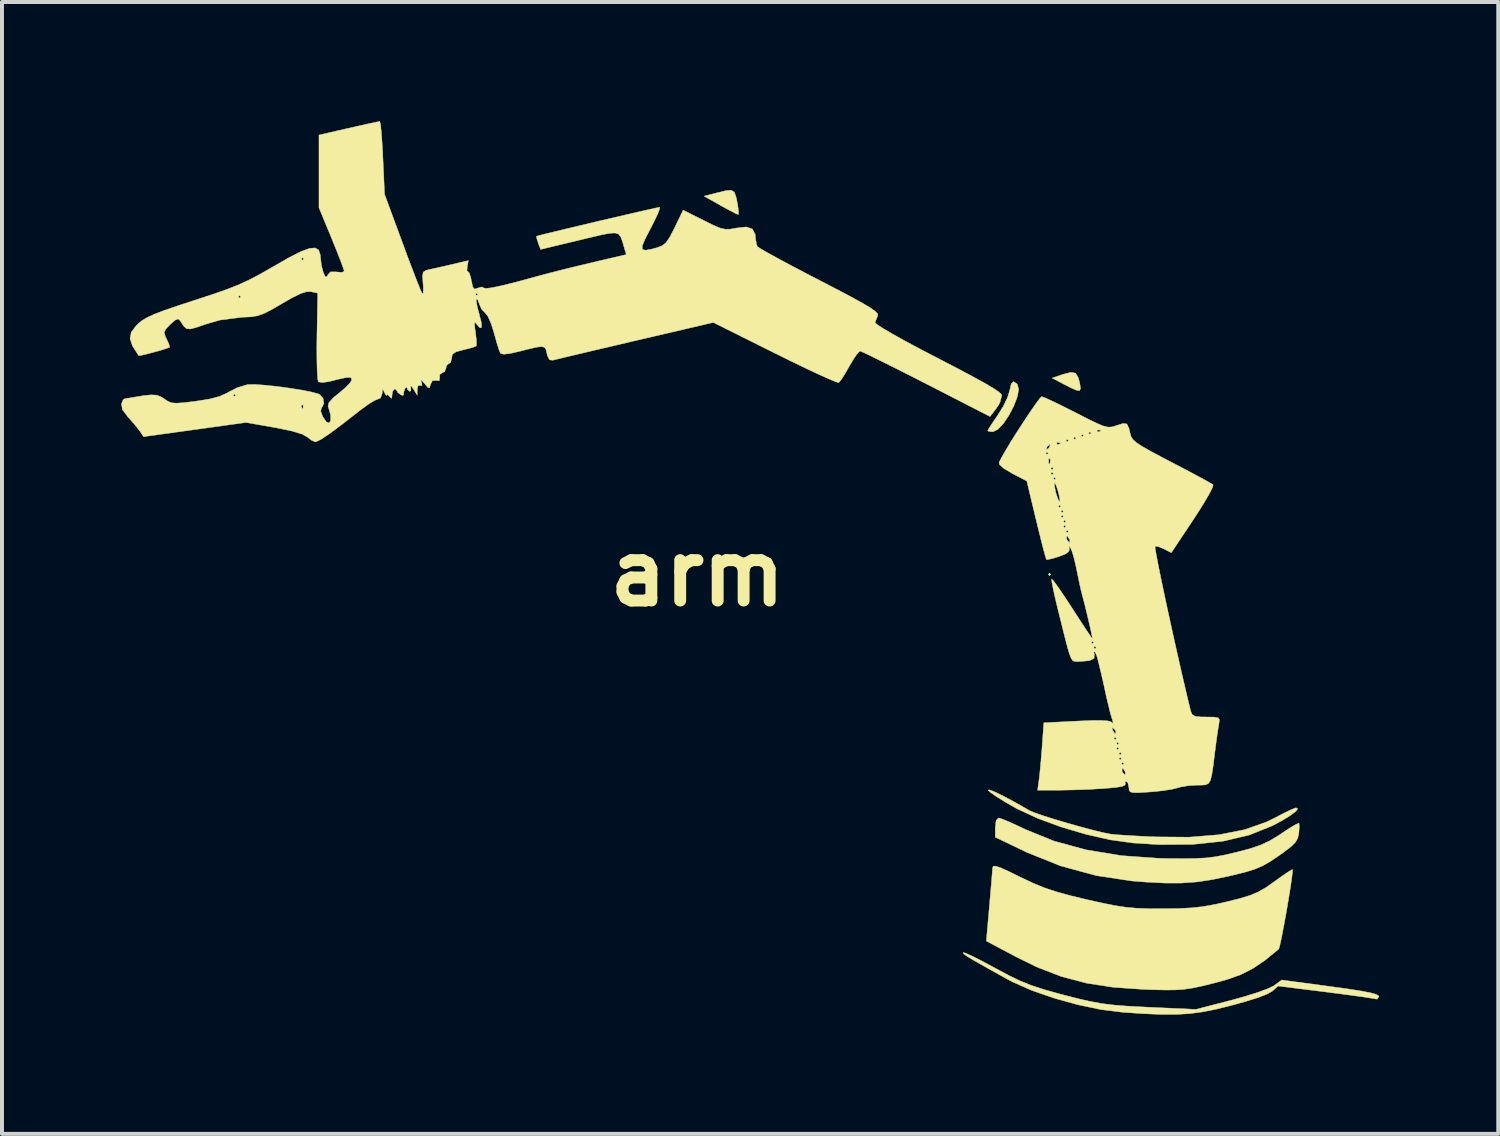
<source format=kicad_pcb>
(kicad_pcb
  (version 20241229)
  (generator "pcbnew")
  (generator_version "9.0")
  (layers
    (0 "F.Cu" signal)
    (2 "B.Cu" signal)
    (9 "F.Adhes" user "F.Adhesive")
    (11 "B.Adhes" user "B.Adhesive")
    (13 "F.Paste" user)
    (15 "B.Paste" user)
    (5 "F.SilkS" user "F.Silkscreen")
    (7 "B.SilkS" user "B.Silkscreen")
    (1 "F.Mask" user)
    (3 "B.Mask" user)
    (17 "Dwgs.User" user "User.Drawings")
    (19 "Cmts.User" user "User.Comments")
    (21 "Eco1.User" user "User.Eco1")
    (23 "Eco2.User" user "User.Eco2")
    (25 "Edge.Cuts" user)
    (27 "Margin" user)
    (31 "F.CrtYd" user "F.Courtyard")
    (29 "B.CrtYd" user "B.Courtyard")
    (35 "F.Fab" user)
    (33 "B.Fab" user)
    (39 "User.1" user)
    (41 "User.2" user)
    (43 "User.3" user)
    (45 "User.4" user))
  (footprint "arm"
    (layer "F.Cu")
    (at 14.501 11.372)
    (property "Reference" "arm" (at 0 0 0) (layer "F.SilkS") (effects (font (size 1.524 1.524) (thickness 0.3))))
    (attr through_hole)
    (fp_poly (pts (xy 8.89 0.032) (xy 8.858 0.064) (xy 8.826 0.032) (xy 8.858 0) (xy 8.89 0.032)) (stroke (width 0.01) (type solid)) (fill yes) (layer "F.SilkS"))
    (fp_poly (pts (xy 9.514 -5.032) (xy 9.583 -4.918) (xy 9.619 -4.778) (xy 9.639 -4.652) (xy 9.618 -4.593) (xy 9.537 -4.601) (xy 9.376 -4.673) (xy 9.239 -4.744) (xy 8.922 -4.909) (xy 9.197 -5.002) (xy 9.396 -5.054) (xy 9.514 -5.032)) (stroke (width 0.01) (type solid)) (fill yes) (layer "F.SilkS"))
    (fp_poly (pts (xy 0.927 -9.587) (xy 0.971 -9.465) (xy 0.998 -9.335) (xy 1.027 -9.156) (xy 1.033 -9.043) (xy 1.023 -9.021) (xy 0.952 -9.053) (xy 0.803 -9.131) (xy 0.603 -9.24) (xy 0.575 -9.256) (xy 0.165 -9.487) (xy 0.48 -9.568) (xy 0.711 -9.624) (xy 0.85 -9.635) (xy 0.927 -9.587)) (stroke (width 0.01) (type solid)) (fill yes) (layer "F.SilkS"))
    (fp_poly (pts (xy 8.034 -4.767) (xy 8.052 -4.746) (xy 8.082 -4.621) (xy 8.045 -4.429) (xy 7.958 -4.203) (xy 7.838 -3.972) (xy 7.699 -3.766) (xy 7.559 -3.618) (xy 7.433 -3.556) (xy 7.426 -3.556) (xy 7.325 -3.568) (xy 7.303 -3.585) (xy 7.336 -3.647) (xy 7.425 -3.784) (xy 7.55 -3.967) (xy 7.558 -3.978) (xy 7.696 -4.202) (xy 7.803 -4.426) (xy 7.852 -4.584) (xy 7.894 -4.762) (xy 7.952 -4.82) (xy 8.034 -4.767)) (stroke (width 0.01) (type solid)) (fill yes) (layer "F.SilkS"))
    (fp_poly (pts (xy 7.484 5.505) (xy 7.697 5.609) (xy 7.976 5.759) (xy 8.307 5.947) (xy 8.35 5.973) (xy 8.474 6.026) (xy 8.693 6.102) (xy 8.978 6.192) (xy 9.301 6.288) (xy 9.634 6.382) (xy 9.949 6.466) (xy 10.217 6.531) (xy 10.394 6.566) (xy 10.52 6.579) (xy 10.745 6.595) (xy 11.041 6.613) (xy 11.381 6.63) (xy 11.525 6.636) (xy 12.375 6.643) (xy 13.122 6.582) (xy 13.77 6.454) (xy 14.325 6.258) (xy 14.516 6.164) (xy 14.742 6.046) (xy 14.927 5.957) (xy 15.043 5.909) (xy 15.062 5.905) (xy 15.104 5.932) (xy 15.046 6.003) (xy 14.901 6.109) (xy 14.685 6.24) (xy 14.453 6.362) (xy 13.88 6.591) (xy 13.22 6.746) (xy 12.468 6.825) (xy 11.619 6.831) (xy 10.954 6.79) (xy 10.39 6.711) (xy 9.775 6.572) (xy 9.149 6.387) (xy 8.558 6.169) (xy 8.044 5.93) (xy 7.972 5.891) (xy 7.717 5.744) (xy 7.507 5.612) (xy 7.364 5.512) (xy 7.313 5.461) (xy 7.351 5.453) (xy 7.484 5.505)) (stroke (width 0.01) (type solid)) (fill yes) (layer "F.SilkS"))
    (fp_poly (pts (xy 7.666 6.186) (xy 7.841 6.258) (xy 8.073 6.364) (xy 8.26 6.453) (xy 8.974 6.743) (xy 9.78 6.962) (xy 10.666 7.108) (xy 11.615 7.176) (xy 11.811 7.18) (xy 12.221 7.183) (xy 12.538 7.179) (xy 12.794 7.165) (xy 13.023 7.137) (xy 13.259 7.093) (xy 13.534 7.029) (xy 13.554 7.024) (xy 13.905 6.932) (xy 14.172 6.841) (xy 14.399 6.735) (xy 14.627 6.596) (xy 14.68 6.56) (xy 14.881 6.427) (xy 15.038 6.333) (xy 15.126 6.291) (xy 15.135 6.291) (xy 15.143 6.366) (xy 15.134 6.515) (xy 15.13 6.549) (xy 15.104 6.669) (xy 15.046 6.772) (xy 14.935 6.882) (xy 14.749 7.024) (xy 14.625 7.112) (xy 14.411 7.256) (xy 14.225 7.362) (xy 14.034 7.445) (xy 13.801 7.518) (xy 13.491 7.596) (xy 13.357 7.627) (xy 12.94 7.714) (xy 12.557 7.771) (xy 12.174 7.798) (xy 11.756 7.798) (xy 11.268 7.773) (xy 10.922 7.745) (xy 10.03 7.61) (xy 9.137 7.367) (xy 8.285 7.025) (xy 8.239 7.003) (xy 7.493 6.644) (xy 7.493 6.402) (xy 7.514 6.223) (xy 7.574 6.16) (xy 7.577 6.16) (xy 7.666 6.186)) (stroke (width 0.01) (type solid)) (fill yes) (layer "F.SilkS"))
    (fp_poly (pts (xy 7.63 7.414) (xy 7.832 7.505) (xy 8.112 7.643) (xy 8.425 7.792) (xy 8.715 7.912) (xy 9.019 8.014) (xy 9.374 8.112) (xy 9.8 8.215) (xy 10.204 8.305) (xy 10.523 8.368) (xy 10.796 8.409) (xy 11.062 8.432) (xy 11.36 8.442) (xy 11.705 8.443) (xy 12.115 8.438) (xy 12.443 8.421) (xy 12.734 8.388) (xy 13.031 8.334) (xy 13.336 8.265) (xy 13.67 8.18) (xy 13.917 8.104) (xy 14.115 8.019) (xy 14.302 7.911) (xy 14.51 7.765) (xy 14.711 7.621) (xy 14.869 7.514) (xy 14.959 7.46) (xy 14.971 7.457) (xy 14.971 7.526) (xy 14.951 7.694) (xy 14.915 7.934) (xy 14.869 8.22) (xy 14.817 8.527) (xy 14.762 8.828) (xy 14.711 9.097) (xy 14.667 9.309) (xy 14.635 9.436) (xy 14.624 9.461) (xy 14.28 9.742) (xy 13.976 9.948) (xy 13.671 10.103) (xy 13.323 10.227) (xy 12.986 10.318) (xy 12.686 10.392) (xy 12.448 10.442) (xy 12.235 10.473) (xy 12.014 10.488) (xy 11.75 10.489) (xy 11.407 10.481) (xy 11.239 10.475) (xy 10.471 10.422) (xy 9.787 10.317) (xy 9.153 10.149) (xy 8.534 9.91) (xy 8 9.647) (xy 7.268 9.257) (xy 7.344 8.391) (xy 7.372 8.064) (xy 7.397 7.777) (xy 7.415 7.555) (xy 7.424 7.427) (xy 7.425 7.413) (xy 7.443 7.374) (xy 7.506 7.372) (xy 7.63 7.414)) (stroke (width 0.01) (type solid)) (fill yes) (layer "F.SilkS"))
    (fp_poly (pts (xy 6.752 9.564) (xy 6.906 9.634) (xy 7.128 9.745) (xy 7.399 9.889) (xy 7.496 9.942) (xy 7.836 10.124) (xy 8.126 10.263) (xy 8.405 10.375) (xy 8.717 10.477) (xy 9.099 10.584) (xy 9.232 10.619) (xy 9.597 10.712) (xy 9.899 10.78) (xy 10.173 10.83) (xy 10.454 10.865) (xy 10.778 10.892) (xy 11.18 10.914) (xy 11.367 10.923) (xy 12.541 10.977) (xy 13.43 10.747) (xy 13.779 10.65) (xy 14.091 10.552) (xy 14.337 10.462) (xy 14.493 10.389) (xy 14.51 10.377) (xy 14.7 10.238) (xy 15.923 10.401) (xy 16.366 10.462) (xy 16.696 10.514) (xy 16.926 10.557) (xy 17.068 10.596) (xy 17.135 10.633) (xy 17.145 10.655) (xy 17.103 10.719) (xy 17.066 10.715) (xy 16.98 10.699) (xy 16.789 10.669) (xy 16.515 10.631) (xy 16.179 10.586) (xy 15.801 10.538) (xy 15.797 10.537) (xy 14.608 10.389) (xy 14.464 10.518) (xy 14.336 10.591) (xy 14.1 10.682) (xy 13.773 10.784) (xy 13.424 10.88) (xy 13.043 10.974) (xy 12.706 11.041) (xy 12.383 11.084) (xy 12.046 11.104) (xy 11.667 11.104) (xy 11.218 11.085) (xy 10.7 11.05) (xy 10.161 10.983) (xy 9.574 10.861) (xy 8.979 10.696) (xy 8.416 10.501) (xy 7.926 10.285) (xy 7.793 10.215) (xy 7.408 10.001) (xy 7.121 9.839) (xy 6.919 9.723) (xy 6.787 9.644) (xy 6.714 9.593) (xy 6.686 9.563) (xy 6.689 9.546) (xy 6.752 9.564)) (stroke (width 0.01) (type solid)) (fill yes) (layer "F.SilkS"))
    (fp_poly (pts (xy 8.741 -4.414) (xy 8.91 -4.337) (xy 9.146 -4.223) (xy 9.428 -4.082) (xy 9.518 -4.036) (xy 9.831 -3.876) (xy 10.055 -3.768) (xy 10.211 -3.703) (xy 10.323 -3.675) (xy 10.414 -3.678) (xy 10.507 -3.703) (xy 10.549 -3.717) (xy 10.714 -3.768) (xy 10.803 -3.754) (xy 10.854 -3.653) (xy 10.887 -3.512) (xy 10.911 -3.434) (xy 10.957 -3.363) (xy 11.042 -3.286) (xy 11.181 -3.194) (xy 11.391 -3.074) (xy 11.689 -2.915) (xy 11.926 -2.791) (xy 12.252 -2.621) (xy 12.54 -2.468) (xy 12.769 -2.344) (xy 12.921 -2.258) (xy 12.975 -2.224) (xy 12.96 -2.157) (xy 12.883 -2.004) (xy 12.756 -1.785) (xy 12.589 -1.518) (xy 12.475 -1.344) (xy 11.922 -0.513) (xy 11.733 -0.611) (xy 11.597 -0.668) (xy 11.516 -0.678) (xy 11.513 -0.676) (xy 11.518 -0.608) (xy 11.549 -0.434) (xy 11.6 -0.17) (xy 11.669 0.168) (xy 11.752 0.562) (xy 11.845 0.995) (xy 11.945 1.452) (xy 12.048 1.914) (xy 12.15 2.366) (xy 12.248 2.79) (xy 12.337 3.17) (xy 12.411 3.471) (xy 12.446 3.557) (xy 12.518 3.601) (xy 12.661 3.618) (xy 12.802 3.619) (xy 13.002 3.622) (xy 13.103 3.641) (xy 13.134 3.69) (xy 13.121 3.786) (xy 13.12 3.794) (xy 13.096 3.938) (xy 13.063 4.165) (xy 13.028 4.433) (xy 13.018 4.508) (xy 12.977 4.844) (xy 12.942 5.074) (xy 12.905 5.218) (xy 12.853 5.296) (xy 12.776 5.328) (xy 12.664 5.334) (xy 12.576 5.334) (xy 12.349 5.348) (xy 12.145 5.383) (xy 12.086 5.402) (xy 11.938 5.438) (xy 11.709 5.474) (xy 11.441 5.502) (xy 11.383 5.506) (xy 11.126 5.523) (xy 10.971 5.524) (xy 10.891 5.505) (xy 10.862 5.463) (xy 10.858 5.411) (xy 10.832 5.285) (xy 10.796 5.239) (xy 10.759 5.249) (xy 10.767 5.289) (xy 10.758 5.334) (xy 10.68 5.368) (xy 10.513 5.394) (xy 10.238 5.418) (xy 10.217 5.42) (xy 9.868 5.44) (xy 9.483 5.454) (xy 9.139 5.461) (xy 9.095 5.461) (xy 8.558 5.461) (xy 8.595 5.191) (xy 8.616 5.002) (xy 8.618 4.987) (xy 10.684 4.987) (xy 10.697 5.012) (xy 10.758 5.078) (xy 10.769 5.032) (xy 10.753 4.982) (xy 10.707 4.913) (xy 10.686 4.914) (xy 10.684 4.987) (xy 8.618 4.987) (xy 8.636 4.794) (xy 10.668 4.794) (xy 10.7 4.826) (xy 10.732 4.794) (xy 10.7 4.763) (xy 10.668 4.794) (xy 8.636 4.794) (xy 8.642 4.734) (xy 8.647 4.667) (xy 10.604 4.667) (xy 10.636 4.699) (xy 10.668 4.667) (xy 10.636 4.636) (xy 10.604 4.667) (xy 8.647 4.667) (xy 8.657 4.54) (xy 10.604 4.54) (xy 10.636 4.572) (xy 10.668 4.54) (xy 10.636 4.508) (xy 10.604 4.54) (xy 8.657 4.54) (xy 8.666 4.437) (xy 8.668 4.413) (xy 10.541 4.413) (xy 10.573 4.445) (xy 10.604 4.413) (xy 10.573 4.381) (xy 10.541 4.413) (xy 8.668 4.413) (xy 8.673 4.343) (xy 8.677 4.286) (xy 10.541 4.286) (xy 10.573 4.318) (xy 10.604 4.286) (xy 10.573 4.255) (xy 10.541 4.286) (xy 8.677 4.286) (xy 8.686 4.159) (xy 10.477 4.159) (xy 10.509 4.191) (xy 10.541 4.159) (xy 10.509 4.128) (xy 10.477 4.159) (xy 8.686 4.159) (xy 8.706 3.88) (xy 10.432 3.88) (xy 10.445 3.944) (xy 10.45 3.956) (xy 10.5 4.033) (xy 10.529 4.034) (xy 10.522 3.967) (xy 10.485 3.92) (xy 10.432 3.88) (xy 8.706 3.88) (xy 8.714 3.765) (xy 9.544 3.723) (xy 9.907 3.708) (xy 10.161 3.706) (xy 10.323 3.717) (xy 10.41 3.743) (xy 10.432 3.762) (xy 10.464 3.788) (xy 10.446 3.715) (xy 10.397 3.552) (xy 10.377 3.477) (xy 10.34 3.322) (xy 10.315 3.223) (xy 10.274 3.041) (xy 10.248 2.921) (xy 10.212 2.753) (xy 10.163 2.545) (xy 10.155 2.508) (xy 10.108 2.315) (xy 10.07 2.158) (xy 10.065 2.135) (xy 10.021 2.015) (xy 9.993 1.976) (xy 9.973 1.989) (xy 9.987 2.043) (xy 9.98 2.143) (xy 9.864 2.202) (xy 9.634 2.222) (xy 9.618 2.223) (xy 9.544 2.225) (xy 9.488 2.222) (xy 9.442 2.199) (xy 9.401 2.14) (xy 9.358 2.029) (xy 9.312 1.873) (xy 9.97 1.873) (xy 10.001 1.905) (xy 10.033 1.873) (xy 10.001 1.841) (xy 9.97 1.873) (xy 9.312 1.873) (xy 9.306 1.851) (xy 9.279 1.746) (xy 9.906 1.746) (xy 9.938 1.778) (xy 9.97 1.746) (xy 9.938 1.714) (xy 9.906 1.746) (xy 9.279 1.746) (xy 9.238 1.591) (xy 9.149 1.233) (xy 9.081 0.961) (xy 9.009 0.663) (xy 8.953 0.413) (xy 8.919 0.234) (xy 8.91 0.151) (xy 8.911 0.148) (xy 8.953 0.188) (xy 9.05 0.318) (xy 9.189 0.519) (xy 9.357 0.773) (xy 9.43 0.886) (xy 9.606 1.158) (xy 9.757 1.388) (xy 9.869 1.556) (xy 9.93 1.643) (xy 9.938 1.651) (xy 9.93 1.595) (xy 9.899 1.447) (xy 9.852 1.24) (xy 9.796 1.005) (xy 9.74 0.774) (xy 9.689 0.58) (xy 9.683 0.556) (xy 9.656 0.453) (xy 9.625 0.318) (xy 9.583 0.119) (xy 9.523 -0.172) (xy 9.519 -0.191) (xy 9.469 -0.402) (xy 9.416 -0.571) (xy 9.386 -0.635) (xy 9.343 -0.693) (xy 9.354 -0.637) (xy 9.358 -0.624) (xy 9.347 -0.546) (xy 9.248 -0.476) (xy 9.098 -0.418) (xy 8.923 -0.365) (xy 8.805 -0.341) (xy 8.779 -0.343) (xy 8.757 -0.411) (xy 8.71 -0.58) (xy 8.646 -0.83) (xy 8.64 -0.855) (xy 9.287 -0.855) (xy 9.3 -0.83) (xy 9.361 -0.764) (xy 9.372 -0.81) (xy 9.356 -0.86) (xy 9.31 -0.929) (xy 9.289 -0.928) (xy 9.287 -0.855) (xy 8.64 -0.855) (xy 8.592 -1.048) (xy 9.271 -1.048) (xy 9.303 -1.016) (xy 9.335 -1.048) (xy 9.303 -1.079) (xy 9.271 -1.048) (xy 8.592 -1.048) (xy 8.569 -1.139) (xy 8.561 -1.175) (xy 9.207 -1.175) (xy 9.239 -1.143) (xy 9.271 -1.175) (xy 9.239 -1.206) (xy 9.207 -1.175) (xy 8.561 -1.175) (xy 8.53 -1.302) (xy 9.207 -1.302) (xy 9.239 -1.27) (xy 9.271 -1.302) (xy 9.239 -1.333) (xy 9.207 -1.302) (xy 8.53 -1.302) (xy 8.52 -1.343) (xy 8.499 -1.429) (xy 9.144 -1.429) (xy 9.176 -1.397) (xy 9.207 -1.429) (xy 9.176 -1.46) (xy 9.144 -1.429) (xy 8.499 -1.429) (xy 8.469 -1.556) (xy 9.144 -1.556) (xy 9.176 -1.524) (xy 9.207 -1.556) (xy 9.176 -1.587) (xy 9.144 -1.556) (xy 8.469 -1.556) (xy 8.438 -1.683) (xy 9.081 -1.683) (xy 9.112 -1.651) (xy 9.144 -1.683) (xy 9.112 -1.714) (xy 9.081 -1.683) (xy 8.438 -1.683) (xy 8.314 -2.201) (xy 8.981 -2.201) (xy 9.011 -2.055) (xy 9.023 -2.007) (xy 9.071 -1.861) (xy 9.108 -1.792) (xy 9.115 -1.791) (xy 9.116 -1.863) (xy 9.087 -2.009) (xy 9.074 -2.057) (xy 9.027 -2.203) (xy 8.99 -2.272) (xy 8.982 -2.273) (xy 8.981 -2.201) (xy 8.314 -2.201) (xy 8.286 -2.318) (xy 8.164 -2.381) (xy 8.954 -2.381) (xy 8.985 -2.349) (xy 9.017 -2.381) (xy 8.985 -2.413) (xy 8.954 -2.381) (xy 8.164 -2.381) (xy 7.921 -2.508) (xy 8.89 -2.508) (xy 8.922 -2.477) (xy 8.954 -2.508) (xy 8.922 -2.54) (xy 8.89 -2.508) (xy 7.921 -2.508) (xy 7.708 -2.635) (xy 7.707 -2.635) (xy 8.89 -2.635) (xy 8.922 -2.603) (xy 8.954 -2.635) (xy 8.922 -2.667) (xy 8.89 -2.635) (xy 7.707 -2.635) (xy 7.598 -2.735) (xy 7.588 -2.783) (xy 7.611 -2.831) (xy 8.832 -2.831) (xy 8.843 -2.749) (xy 8.865 -2.748) (xy 8.88 -2.833) (xy 8.87 -2.869) (xy 8.842 -2.893) (xy 8.832 -2.831) (xy 7.611 -2.831) (xy 7.647 -2.903) (xy 7.712 -3.016) (xy 8.763 -3.016) (xy 8.795 -2.985) (xy 8.826 -3.016) (xy 8.795 -3.048) (xy 8.763 -3.016) (xy 7.712 -3.016) (xy 7.755 -3.091) (xy 7.77 -3.116) (xy 8.779 -3.116) (xy 8.787 -3.111) (xy 8.845 -3.156) (xy 8.858 -3.175) (xy 8.874 -3.234) (xy 8.866 -3.239) (xy 8.808 -3.194) (xy 8.795 -3.175) (xy 8.779 -3.116) (xy 7.77 -3.116) (xy 7.87 -3.281) (xy 9.038 -3.281) (xy 9.047 -3.243) (xy 9.081 -3.239) (xy 9.133 -3.262) (xy 9.123 -3.281) (xy 9.047 -3.288) (xy 9.038 -3.281) (xy 7.87 -3.281) (xy 7.897 -3.326) (xy 7.902 -3.334) (xy 9.271 -3.334) (xy 9.303 -3.302) (xy 9.335 -3.334) (xy 9.303 -3.365) (xy 9.271 -3.334) (xy 7.902 -3.334) (xy 7.942 -3.397) (xy 9.461 -3.397) (xy 9.493 -3.365) (xy 9.525 -3.397) (xy 9.493 -3.429) (xy 9.461 -3.397) (xy 7.942 -3.397) (xy 7.982 -3.461) (xy 9.652 -3.461) (xy 9.684 -3.429) (xy 9.716 -3.461) (xy 9.684 -3.493) (xy 9.652 -3.461) (xy 7.982 -3.461) (xy 8.022 -3.524) (xy 9.842 -3.524) (xy 9.874 -3.493) (xy 9.906 -3.524) (xy 9.874 -3.556) (xy 9.842 -3.524) (xy 8.022 -3.524) (xy 8.06 -3.584) (xy 8.069 -3.598) (xy 10.054 -3.598) (xy 10.063 -3.561) (xy 10.097 -3.556) (xy 10.149 -3.579) (xy 10.139 -3.598) (xy 10.063 -3.606) (xy 10.054 -3.598) (xy 8.069 -3.598) (xy 8.228 -3.843) (xy 8.387 -4.081) (xy 8.522 -4.275) (xy 8.619 -4.403) (xy 8.661 -4.443) (xy 8.741 -4.414)) (stroke (width 0.01) (type solid)) (fill yes) (layer "F.SilkS"))
    (fp_poly (pts (xy -7.979 -11.307) (xy -7.96 -11.143) (xy -7.941 -10.896) (xy -7.922 -10.59) (xy -7.916 -10.45) (xy -7.874 -9.533) (xy -7.422 -8.307) (xy -7.284 -7.934) (xy -7.158 -7.603) (xy -7.052 -7.33) (xy -6.973 -7.135) (xy -6.928 -7.036) (xy -6.923 -7.029) (xy -6.902 -7.055) (xy -6.898 -7.177) (xy -6.906 -7.289) (xy -6.919 -7.476) (xy -6.902 -7.573) (xy -6.837 -7.618) (xy -6.754 -7.639) (xy -6.595 -7.673) (xy -6.367 -7.725) (xy -6.169 -7.771) (xy -5.765 -7.866) (xy -5.794 -7.713) (xy -5.801 -7.609) (xy -5.777 -7.589) (xy -5.74 -7.552) (xy -5.702 -7.425) (xy -5.69 -7.363) (xy -5.657 -7.205) (xy -5.614 -7.148) (xy -5.54 -7.167) (xy -5.529 -7.173) (xy -5.422 -7.203) (xy -5.387 -7.179) (xy -5.325 -7.164) (xy -5.16 -7.185) (xy -4.888 -7.243) (xy -4.505 -7.34) (xy -4.006 -7.476) (xy -3.969 -7.486) (xy -3.734 -7.549) (xy -3.416 -7.63) (xy -3.055 -7.719) (xy -2.69 -7.806) (xy -2.658 -7.814) (xy -1.792 -8.017) (xy -1.842 -8.184) (xy -1.889 -8.347) (xy -1.931 -8.461) (xy -1.987 -8.532) (xy -2.077 -8.56) (xy -2.221 -8.551) (xy -2.439 -8.508) (xy -2.75 -8.434) (xy -2.974 -8.38) (xy -3.947 -8.146) (xy -4.007 -8.304) (xy -4.046 -8.426) (xy -4.05 -8.478) (xy -3.985 -8.497) (xy -3.817 -8.539) (xy -3.566 -8.6) (xy -3.252 -8.676) (xy -2.897 -8.76) (xy -2.52 -8.85) (xy -2.142 -8.938) (xy -1.783 -9.022) (xy -1.465 -9.095) (xy -1.206 -9.154) (xy -1.028 -9.193) (xy -0.952 -9.207) (xy -0.951 -9.207) (xy -0.956 -9.156) (xy -1.011 -9.017) (xy -1.108 -8.815) (xy -1.184 -8.668) (xy -1.321 -8.403) (xy -1.391 -8.233) (xy -1.388 -8.146) (xy -1.307 -8.125) (xy -1.142 -8.156) (xy -1.013 -8.191) (xy -0.888 -8.239) (xy -0.79 -8.318) (xy -0.695 -8.459) (xy -0.577 -8.688) (xy -0.574 -8.695) (xy -0.361 -9.135) (xy 0.153 -8.877) (xy 0.401 -8.754) (xy 0.573 -8.682) (xy 0.705 -8.653) (xy 0.832 -8.657) (xy 0.984 -8.685) (xy 1.229 -8.712) (xy 1.38 -8.661) (xy 1.452 -8.526) (xy 1.461 -8.417) (xy 1.484 -8.276) (xy 1.509 -8.217) (xy 1.576 -8.171) (xy 1.741 -8.075) (xy 1.988 -7.939) (xy 2.303 -7.769) (xy 2.67 -7.576) (xy 3.068 -7.369) (xy 3.534 -7.128) (xy 3.896 -6.936) (xy 4.166 -6.786) (xy 4.355 -6.673) (xy 4.473 -6.59) (xy 4.53 -6.531) (xy 4.539 -6.488) (xy 4.538 -6.486) (xy 4.485 -6.353) (xy 4.466 -6.309) (xy 4.513 -6.26) (xy 4.663 -6.162) (xy 4.906 -6.019) (xy 5.233 -5.837) (xy 5.632 -5.624) (xy 6.065 -5.399) (xy 6.565 -5.139) (xy 6.959 -4.929) (xy 7.257 -4.765) (xy 7.466 -4.64) (xy 7.595 -4.55) (xy 7.653 -4.49) (xy 7.656 -4.466) (xy 7.624 -4.352) (xy 7.62 -4.321) (xy 7.584 -4.242) (xy 7.497 -4.116) (xy 7.49 -4.107) (xy 7.36 -3.941) (xy 5.754 -4.765) (xy 5.338 -4.977) (xy 4.958 -5.169) (xy 4.629 -5.333) (xy 4.365 -5.463) (xy 4.182 -5.55) (xy 4.094 -5.587) (xy 4.089 -5.588) (xy 4.031 -5.536) (xy 3.935 -5.401) (xy 3.823 -5.211) (xy 3.821 -5.209) (xy 3.708 -5.012) (xy 3.613 -4.863) (xy 3.556 -4.794) (xy 3.487 -4.812) (xy 3.319 -4.881) (xy 3.069 -4.993) (xy 2.751 -5.142) (xy 2.38 -5.321) (xy 1.973 -5.522) (xy 1.949 -5.534) (xy 0.398 -6.308) (xy -1.563 -5.85) (xy -2.048 -5.736) (xy -2.496 -5.631) (xy -2.892 -5.537) (xy -3.219 -5.46) (xy -3.463 -5.401) (xy -3.607 -5.366) (xy -3.636 -5.358) (xy -3.723 -5.366) (xy -3.776 -5.471) (xy -3.787 -5.52) (xy -3.811 -5.623) (xy -3.85 -5.683) (xy -3.928 -5.702) (xy -4.068 -5.682) (xy -4.296 -5.628) (xy -4.443 -5.59) (xy -4.708 -5.528) (xy -4.872 -5.508) (xy -4.953 -5.529) (xy -4.962 -5.539) (xy -5 -5.634) (xy -5.056 -5.814) (xy -5.118 -6.041) (xy -5.121 -6.05) (xy -5.196 -6.289) (xy -5.276 -6.466) (xy -5.34 -6.544) (xy -5.435 -6.645) (xy -5.489 -6.769) (xy -5.529 -6.879) (xy -5.564 -6.904) (xy -5.565 -6.83) (xy -5.535 -6.674) (xy -5.497 -6.536) (xy -5.44 -6.309) (xy -5.432 -6.186) (xy -5.472 -6.171) (xy -5.549 -6.255) (xy -5.597 -6.309) (xy -5.613 -6.281) (xy -5.6 -6.154) (xy -5.587 -6.06) (xy -5.564 -5.874) (xy -5.561 -5.746) (xy -5.568 -5.715) (xy -5.643 -5.684) (xy -5.798 -5.641) (xy -5.895 -5.618) (xy -6.078 -5.568) (xy -6.165 -5.509) (xy -6.186 -5.42) (xy -6.186 -5.412) (xy -6.212 -5.301) (xy -6.259 -5.271) (xy -6.32 -5.219) (xy -6.327 -5.161) (xy -6.364 -5.067) (xy -6.413 -5.048) (xy -6.485 -4.996) (xy -6.488 -4.927) (xy -6.497 -4.842) (xy -6.573 -4.849) (xy -6.67 -4.843) (xy -6.715 -4.755) (xy -6.744 -4.665) (xy -6.784 -4.669) (xy -6.868 -4.77) (xy -6.868 -4.77) (xy -6.944 -4.858) (xy -6.957 -4.844) (xy -6.943 -4.8) (xy -6.93 -4.716) (xy -6.974 -4.724) (xy -7.034 -4.714) (xy -7.051 -4.623) (xy -7.053 -4.477) (xy -7.15 -4.636) (xy -7.207 -4.713) (xy -7.216 -4.693) (xy -7.214 -4.683) (xy -7.212 -4.591) (xy -7.241 -4.572) (xy -7.299 -4.622) (xy -7.303 -4.651) (xy -7.323 -4.687) (xy -7.363 -4.639) (xy -7.398 -4.533) (xy -7.39 -4.496) (xy -7.409 -4.472) (xy -7.458 -4.484) (xy -7.544 -4.546) (xy -7.556 -4.579) (xy -7.605 -4.634) (xy -7.62 -4.636) (xy -7.67 -4.582) (xy -7.684 -4.493) (xy -7.694 -4.4) (xy -7.732 -4.423) (xy -7.747 -4.445) (xy -7.8 -4.496) (xy -7.814 -4.477) (xy -7.838 -4.474) (xy -7.874 -4.54) (xy -7.916 -4.626) (xy -7.93 -4.592) (xy -7.933 -4.524) (xy -7.974 -4.408) (xy -8.036 -4.381) (xy -8.129 -4.344) (xy -8.289 -4.244) (xy -8.488 -4.1) (xy -8.56 -4.043) (xy -8.955 -3.735) (xy -9.261 -3.508) (xy -9.477 -3.364) (xy -9.602 -3.304) (xy -9.616 -3.302) (xy -9.711 -3.342) (xy -9.813 -3.422) (xy -9.951 -3.499) (xy -10.208 -3.576) (xy -10.587 -3.655) (xy -10.649 -3.666) (xy -11.361 -3.791) (xy -12.65 -3.612) (xy -13.938 -3.434) (xy -14.033 -3.575) (xy -14.138 -3.709) (xy -14.282 -3.875) (xy -14.328 -3.924) (xy -14.47 -4.113) (xy -14.484 -4.191) (xy -9.97 -4.191) (xy -9.946 -4.139) (xy -9.927 -4.149) (xy -9.92 -4.224) (xy -9.927 -4.233) (xy -9.965 -4.225) (xy -9.97 -4.191) (xy -14.484 -4.191) (xy -14.496 -4.257) (xy -14.452 -4.361) (xy -14.423 -4.386) (xy -14.333 -4.401) (xy -14.256 -4.414) (xy -13.957 -4.464) (xy -13.752 -4.486) (xy -13.611 -4.479) (xy -13.503 -4.44) (xy -13.413 -4.382) (xy -13.322 -4.321) (xy -13.231 -4.286) (xy -13.111 -4.277) (xy -12.93 -4.289) (xy -12.656 -4.322) (xy -12.633 -4.325) (xy -12.276 -4.381) (xy -12.017 -4.45) (xy -11.96 -4.477) (xy -11.684 -4.477) (xy -11.652 -4.445) (xy -11.62 -4.477) (xy -11.652 -4.508) (xy -11.684 -4.477) (xy -11.96 -4.477) (xy -11.826 -4.539) (xy -11.8 -4.556) (xy -11.584 -4.665) (xy -11.349 -4.738) (xy -11.307 -4.745) (xy -11.143 -4.748) (xy -10.895 -4.731) (xy -10.595 -4.7) (xy -10.276 -4.657) (xy -9.972 -4.609) (xy -9.717 -4.559) (xy -9.544 -4.512) (xy -9.509 -4.497) (xy -9.422 -4.4) (xy -9.401 -4.268) (xy -9.454 -4.164) (xy -9.461 -4.159) (xy -9.481 -4.077) (xy -9.427 -3.931) (xy -9.336 -3.802) (xy -9.267 -3.779) (xy -9.23 -3.845) (xy -9.232 -3.981) (xy -9.285 -4.167) (xy -9.296 -4.193) (xy -9.279 -4.285) (xy -9.161 -4.417) (xy -9.018 -4.533) (xy -8.852 -4.673) (xy -8.736 -4.796) (xy -8.7 -4.866) (xy -8.71 -4.91) (xy -8.755 -4.928) (xy -8.858 -4.918) (xy -9.043 -4.878) (xy -9.269 -4.821) (xy -9.429 -4.797) (xy -9.534 -4.812) (xy -9.542 -4.818) (xy -9.558 -4.895) (xy -9.57 -5.079) (xy -9.577 -5.345) (xy -9.579 -5.672) (xy -9.576 -5.958) (xy -9.557 -7.017) (xy -5.588 -7.017) (xy -5.556 -6.985) (xy -5.524 -7.017) (xy -5.556 -7.048) (xy -5.588 -7.017) (xy -9.557 -7.017) (xy -9.557 -7.046) (xy -9.724 -7.082) (xy -9.835 -7.083) (xy -9.986 -7.035) (xy -10.199 -6.93) (xy -10.454 -6.784) (xy -10.718 -6.63) (xy -10.912 -6.532) (xy -11.072 -6.476) (xy -11.238 -6.449) (xy -11.444 -6.44) (xy -11.462 -6.439) (xy -12.019 -6.368) (xy -12.379 -6.263) (xy -12.618 -6.18) (xy -12.769 -6.143) (xy -12.864 -6.156) (xy -12.936 -6.224) (xy -13.015 -6.35) (xy -13.066 -6.397) (xy -13.142 -6.368) (xy -13.264 -6.262) (xy -13.382 -6.14) (xy -13.42 -6.052) (xy -13.388 -5.949) (xy -13.359 -5.891) (xy -13.299 -5.759) (xy -13.281 -5.687) (xy -13.283 -5.685) (xy -13.354 -5.656) (xy -13.503 -5.609) (xy -13.688 -5.557) (xy -13.87 -5.51) (xy -14.008 -5.478) (xy -14.061 -5.473) (xy -14.217 -5.715) (xy -14.279 -5.901) (xy -14.249 -6.061) (xy -14.126 -6.226) (xy -14.078 -6.274) (xy -13.981 -6.354) (xy -13.851 -6.432) (xy -13.67 -6.515) (xy -13.419 -6.611) (xy -13.081 -6.727) (xy -12.67 -6.861) (xy -12.387 -6.953) (xy -11.557 -6.953) (xy -11.525 -6.921) (xy -11.493 -6.953) (xy -11.525 -6.985) (xy -11.557 -6.953) (xy -12.387 -6.953) (xy -12.22 -7.008) (xy -11.862 -7.133) (xy -11.563 -7.25) (xy -11.294 -7.373) (xy -11.023 -7.514) (xy -10.72 -7.687) (xy -10.66 -7.722) (xy -10.339 -7.906) (xy -9.97 -7.906) (xy -9.938 -7.874) (xy -9.906 -7.906) (xy -9.938 -7.938) (xy -9.97 -7.906) (xy -10.339 -7.906) (xy -10.273 -7.943) (xy -9.978 -8.092) (xy -9.764 -8.172) (xy -9.62 -8.184) (xy -9.533 -8.131) (xy -9.493 -8.015) (xy -9.486 -7.938) (xy -9.462 -7.733) (xy -9.413 -7.556) (xy -9.361 -7.454) (xy -9.324 -7.462) (xy -9.303 -7.506) (xy -9.233 -7.581) (xy -9.091 -7.581) (xy -9.075 -7.578) (xy -8.945 -7.569) (xy -8.89 -7.598) (xy -8.89 -7.599) (xy -8.913 -7.677) (xy -8.976 -7.848) (xy -9.07 -8.088) (xy -9.186 -8.374) (xy -9.207 -8.427) (xy -9.525 -9.196) (xy -9.525 -11.025) (xy -8.779 -11.196) (xy -8.487 -11.262) (xy -8.242 -11.316) (xy -8.07 -11.353) (xy -7.995 -11.367) (xy -7.995 -11.367) (xy -7.979 -11.307)) (stroke (width 0.01) (type solid)) (fill yes) (layer "F.SilkS")))
  (gr_rect
    (start -3 -3)
    (end 34.651 25.481)
    (stroke (width 0.1) (type default))
    (fill no)
    (layer "Edge.Cuts")))
</source>
